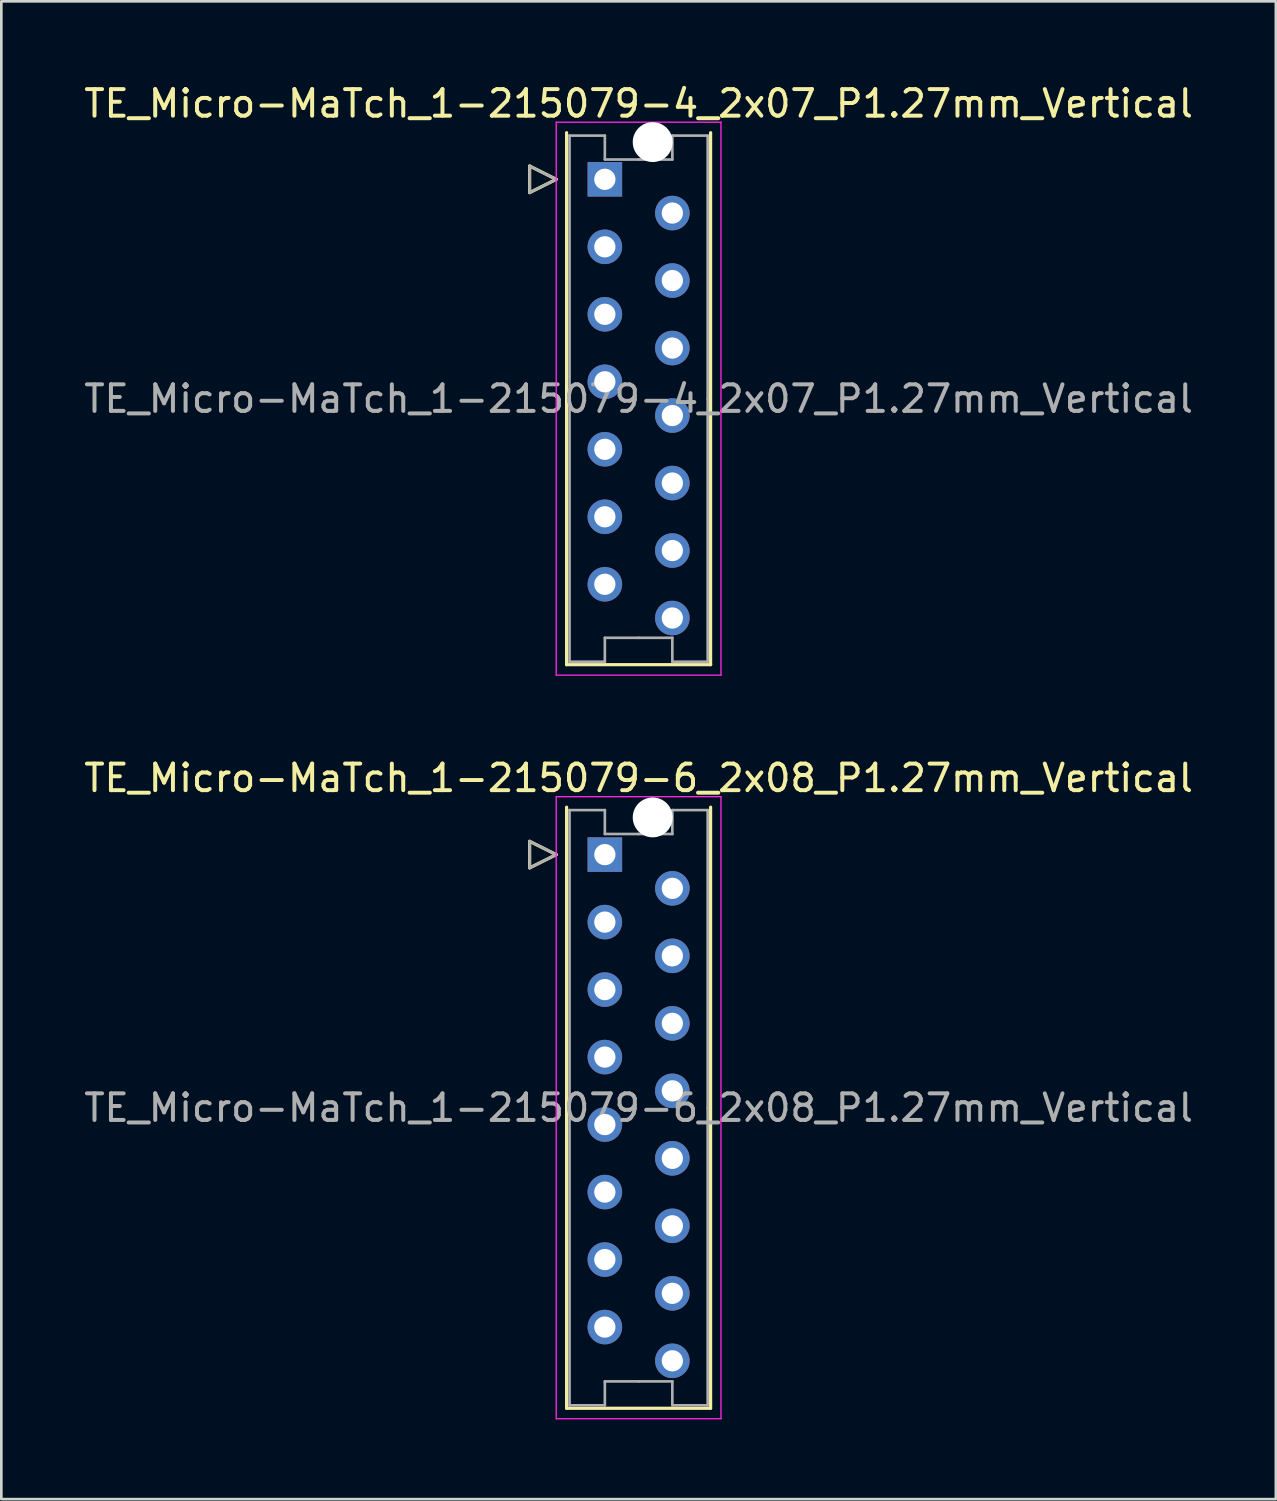
<source format=kicad_pcb>
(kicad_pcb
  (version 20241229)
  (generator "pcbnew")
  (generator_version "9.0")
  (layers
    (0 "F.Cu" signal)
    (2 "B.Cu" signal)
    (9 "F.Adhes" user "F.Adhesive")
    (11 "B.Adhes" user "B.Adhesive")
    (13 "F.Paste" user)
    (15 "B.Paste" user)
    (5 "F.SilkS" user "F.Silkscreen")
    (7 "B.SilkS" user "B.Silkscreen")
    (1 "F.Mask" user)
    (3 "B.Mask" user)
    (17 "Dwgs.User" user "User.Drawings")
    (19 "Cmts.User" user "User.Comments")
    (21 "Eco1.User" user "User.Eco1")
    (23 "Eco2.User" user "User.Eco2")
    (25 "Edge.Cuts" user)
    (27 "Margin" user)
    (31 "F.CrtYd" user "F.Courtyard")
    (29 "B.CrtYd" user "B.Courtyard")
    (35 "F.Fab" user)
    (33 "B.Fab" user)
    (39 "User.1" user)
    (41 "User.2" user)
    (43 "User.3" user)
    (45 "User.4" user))
  (footprint "TE_Micro-MaTch_1-215079-6_2x08_P1.27mm_Vertical"
    (layer "F.Cu")
    (at 19.712 29.111)
    (property "Reference" "TE_Micro-MaTch_1-215079-6_2x08_P1.27mm_Vertical" (at 1.27 -2.88 0) (layer "F.SilkS") (effects (font (size 1 1) (thickness 0.15))))
    (attr through_hole)
    (fp_line (start -2.83 -0.5) (end -1.83 0) (stroke (width 0.12) (type solid)) (layer "F.SilkS"))
    (fp_line (start -2.83 0.5) (end -2.83 -0.5) (stroke (width 0.12) (type solid)) (layer "F.SilkS"))
    (fp_line (start -1.83 0) (end -2.83 0.5) (stroke (width 0.12) (type solid)) (layer "F.SilkS"))
    (fp_line (start -1.44 -1.785) (end -1.44 20.835) (stroke (width 0.12) (type solid)) (layer "F.SilkS"))
    (fp_line (start -1.44 20.835) (end 3.98 20.835) (stroke (width 0.12) (type solid)) (layer "F.SilkS"))
    (fp_line (start 3.98 20.835) (end 3.98 -1.785) (stroke (width 0.12) (type solid)) (layer "F.SilkS"))
    (fp_line (start -1.83 -2.18) (end -1.83 21.23) (stroke (width 0.05) (type solid)) (layer "F.CrtYd"))
    (fp_line (start -1.83 21.23) (end 4.37 21.23) (stroke (width 0.05) (type solid)) (layer "F.CrtYd"))
    (fp_line (start 4.37 -2.18) (end -1.83 -2.18) (stroke (width 0.05) (type solid)) (layer "F.CrtYd"))
    (fp_line (start 4.37 21.23) (end 4.37 -2.18) (stroke (width 0.05) (type solid)) (layer "F.CrtYd"))
    (fp_line (start -2.83 -0.5) (end -1.83 0) (stroke (width 0.1) (type solid)) (layer "F.Fab"))
    (fp_line (start -2.83 0.5) (end -2.83 -0.5) (stroke (width 0.1) (type solid)) (layer "F.Fab"))
    (fp_line (start -1.83 0) (end -2.83 0.5) (stroke (width 0.1) (type solid)) (layer "F.Fab"))
    (fp_line (start -1.33 -1.675) (end -1.33 9.525) (stroke (width 0.1) (type solid)) (layer "F.Fab"))
    (fp_line (start -1.33 20.725) (end -1.33 9.525) (stroke (width 0.1) (type solid)) (layer "F.Fab"))
    (fp_line (start 0 -1.675) (end -1.33 -1.675) (stroke (width 0.1) (type solid)) (layer "F.Fab"))
    (fp_line (start 0 -0.775) (end 0 -1.675) (stroke (width 0.1) (type solid)) (layer "F.Fab"))
    (fp_line (start 0 19.825) (end 0 20.725) (stroke (width 0.1) (type solid)) (layer "F.Fab"))
    (fp_line (start 0 20.725) (end -1.33 20.725) (stroke (width 0.1) (type solid)) (layer "F.Fab"))
    (fp_line (start 1.27 -0.775) (end 0 -0.775) (stroke (width 0.1) (type solid)) (layer "F.Fab"))
    (fp_line (start 1.27 -0.775) (end 2.54 -0.775) (stroke (width 0.1) (type solid)) (layer "F.Fab"))
    (fp_line (start 1.27 19.825) (end 0 19.825) (stroke (width 0.1) (type solid)) (layer "F.Fab"))
    (fp_line (start 1.27 19.825) (end 2.54 19.825) (stroke (width 0.1) (type solid)) (layer "F.Fab"))
    (fp_line (start 2.54 -1.675) (end 3.87 -1.675) (stroke (width 0.1) (type solid)) (layer "F.Fab"))
    (fp_line (start 2.54 -0.775) (end 2.54 -1.675) (stroke (width 0.1) (type solid)) (layer "F.Fab"))
    (fp_line (start 2.54 19.825) (end 2.54 20.725) (stroke (width 0.1) (type solid)) (layer "F.Fab"))
    (fp_line (start 2.54 20.725) (end 3.87 20.725) (stroke (width 0.1) (type solid)) (layer "F.Fab"))
    (fp_line (start 3.87 -1.675) (end 3.87 9.525) (stroke (width 0.1) (type solid)) (layer "F.Fab"))
    (fp_line (start 3.87 20.725) (end 3.87 9.525) (stroke (width 0.1) (type solid)) (layer "F.Fab"))
    (fp_text user "${REFERENCE}" (at 1.27 9.53 0) (layer "F.Fab") (effects (font (size 1 1) (thickness 0.15))))
    (pad "" np_thru_hole circle (at 1.8 -1.4) (size 1.5 1.5) (drill 1.5) (layers "*.Cu" "*.Mask"))
    (pad "1" thru_hole rect (at 0 0) (size 1.3 1.3) (drill 0.8) (layers "*.Cu" "*.Mask"))
    (pad "2" thru_hole circle (at 2.54 1.27) (size 1.3 1.3) (drill 0.8) (layers "*.Cu" "*.Mask"))
    (pad "3" thru_hole circle (at 0 2.54) (size 1.3 1.3) (drill 0.8) (layers "*.Cu" "*.Mask"))
    (pad "4" thru_hole circle (at 2.54 3.81) (size 1.3 1.3) (drill 0.8) (layers "*.Cu" "*.Mask"))
    (pad "5" thru_hole circle (at 0 5.08) (size 1.3 1.3) (drill 0.8) (layers "*.Cu" "*.Mask"))
    (pad "6" thru_hole circle (at 2.54 6.35) (size 1.3 1.3) (drill 0.8) (layers "*.Cu" "*.Mask"))
    (pad "7" thru_hole circle (at 0 7.62) (size 1.3 1.3) (drill 0.8) (layers "*.Cu" "*.Mask"))
    (pad "8" thru_hole circle (at 2.54 8.89) (size 1.3 1.3) (drill 0.8) (layers "*.Cu" "*.Mask"))
    (pad "9" thru_hole circle (at 0 10.16) (size 1.3 1.3) (drill 0.8) (layers "*.Cu" "*.Mask"))
    (pad "10" thru_hole circle (at 2.54 11.43) (size 1.3 1.3) (drill 0.8) (layers "*.Cu" "*.Mask"))
    (pad "11" thru_hole circle (at 0 12.7) (size 1.3 1.3) (drill 0.8) (layers "*.Cu" "*.Mask"))
    (pad "12" thru_hole circle (at 2.54 13.97) (size 1.3 1.3) (drill 0.8) (layers "*.Cu" "*.Mask"))
    (pad "13" thru_hole circle (at 0 15.24) (size 1.3 1.3) (drill 0.8) (layers "*.Cu" "*.Mask"))
    (pad "14" thru_hole circle (at 2.54 16.51) (size 1.3 1.3) (drill 0.8) (layers "*.Cu" "*.Mask"))
    (pad "15" thru_hole circle (at 0 17.78) (size 1.3 1.3) (drill 0.8) (layers "*.Cu" "*.Mask"))
    (pad "16" thru_hole circle (at 2.54 19.05) (size 1.3 1.3) (drill 0.8) (layers "*.Cu" "*.Mask")))
  (footprint "TE_Micro-MaTch_1-215079-4_2x07_P1.27mm_Vertical"
    (layer "F.Cu")
    (at 19.712 3.698)
    (property "Reference" "TE_Micro-MaTch_1-215079-4_2x07_P1.27mm_Vertical" (at 1.27 -2.85 0) (layer "F.SilkS") (effects (font (size 1 1) (thickness 0.15))))
    (attr through_hole)
    (fp_line (start -2.83 -0.5) (end -1.83 0) (stroke (width 0.12) (type solid)) (layer "F.SilkS"))
    (fp_line (start -2.83 0.5) (end -2.83 -0.5) (stroke (width 0.12) (type solid)) (layer "F.SilkS"))
    (fp_line (start -1.83 0) (end -2.83 0.5) (stroke (width 0.12) (type solid)) (layer "F.SilkS"))
    (fp_line (start -1.44 -1.755) (end -1.44 18.265) (stroke (width 0.12) (type solid)) (layer "F.SilkS"))
    (fp_line (start -1.44 18.265) (end 3.98 18.265) (stroke (width 0.12) (type solid)) (layer "F.SilkS"))
    (fp_line (start 3.98 18.265) (end 3.98 -1.755) (stroke (width 0.12) (type solid)) (layer "F.SilkS"))
    (fp_line (start -1.83 -2.15) (end -1.83 18.66) (stroke (width 0.05) (type solid)) (layer "F.CrtYd"))
    (fp_line (start -1.83 18.66) (end 4.37 18.66) (stroke (width 0.05) (type solid)) (layer "F.CrtYd"))
    (fp_line (start 4.37 -2.15) (end -1.83 -2.15) (stroke (width 0.05) (type solid)) (layer "F.CrtYd"))
    (fp_line (start 4.37 18.66) (end 4.37 -2.15) (stroke (width 0.05) (type solid)) (layer "F.CrtYd"))
    (fp_line (start -2.83 -0.5) (end -1.83 0) (stroke (width 0.1) (type solid)) (layer "F.Fab"))
    (fp_line (start -2.83 0.5) (end -2.83 -0.5) (stroke (width 0.1) (type solid)) (layer "F.Fab"))
    (fp_line (start -1.83 0) (end -2.83 0.5) (stroke (width 0.1) (type solid)) (layer "F.Fab"))
    (fp_line (start -1.33 -1.645) (end -1.33 8.255) (stroke (width 0.1) (type solid)) (layer "F.Fab"))
    (fp_line (start -1.33 18.155) (end -1.33 8.255) (stroke (width 0.1) (type solid)) (layer "F.Fab"))
    (fp_line (start 0 -1.645) (end -1.33 -1.645) (stroke (width 0.1) (type solid)) (layer "F.Fab"))
    (fp_line (start 0 -0.745) (end 0 -1.645) (stroke (width 0.1) (type solid)) (layer "F.Fab"))
    (fp_line (start 0 17.255) (end 0 18.155) (stroke (width 0.1) (type solid)) (layer "F.Fab"))
    (fp_line (start 0 18.155) (end -1.33 18.155) (stroke (width 0.1) (type solid)) (layer "F.Fab"))
    (fp_line (start 1.27 -0.745) (end 0 -0.745) (stroke (width 0.1) (type solid)) (layer "F.Fab"))
    (fp_line (start 1.27 -0.745) (end 2.54 -0.745) (stroke (width 0.1) (type solid)) (layer "F.Fab"))
    (fp_line (start 1.27 17.255) (end 0 17.255) (stroke (width 0.1) (type solid)) (layer "F.Fab"))
    (fp_line (start 1.27 17.255) (end 2.54 17.255) (stroke (width 0.1) (type solid)) (layer "F.Fab"))
    (fp_line (start 2.54 -1.645) (end 3.87 -1.645) (stroke (width 0.1) (type solid)) (layer "F.Fab"))
    (fp_line (start 2.54 -0.745) (end 2.54 -1.645) (stroke (width 0.1) (type solid)) (layer "F.Fab"))
    (fp_line (start 2.54 17.255) (end 2.54 18.155) (stroke (width 0.1) (type solid)) (layer "F.Fab"))
    (fp_line (start 2.54 18.155) (end 3.87 18.155) (stroke (width 0.1) (type solid)) (layer "F.Fab"))
    (fp_line (start 3.87 -1.645) (end 3.87 8.255) (stroke (width 0.1) (type solid)) (layer "F.Fab"))
    (fp_line (start 3.87 18.155) (end 3.87 8.255) (stroke (width 0.1) (type solid)) (layer "F.Fab"))
    (fp_text user "${REFERENCE}" (at 1.27 8.26 0) (layer "F.Fab") (effects (font (size 1 1) (thickness 0.15))))
    (pad "" np_thru_hole circle (at 1.8 -1.4) (size 1.5 1.5) (drill 1.5) (layers "*.Cu" "*.Mask"))
    (pad "1" thru_hole rect (at 0 0) (size 1.3 1.3) (drill 0.8) (layers "*.Cu" "*.Mask"))
    (pad "2" thru_hole circle (at 2.54 1.27) (size 1.3 1.3) (drill 0.8) (layers "*.Cu" "*.Mask"))
    (pad "3" thru_hole circle (at 0 2.54) (size 1.3 1.3) (drill 0.8) (layers "*.Cu" "*.Mask"))
    (pad "4" thru_hole circle (at 2.54 3.81) (size 1.3 1.3) (drill 0.8) (layers "*.Cu" "*.Mask"))
    (pad "5" thru_hole circle (at 0 5.08) (size 1.3 1.3) (drill 0.8) (layers "*.Cu" "*.Mask"))
    (pad "6" thru_hole circle (at 2.54 6.35) (size 1.3 1.3) (drill 0.8) (layers "*.Cu" "*.Mask"))
    (pad "7" thru_hole circle (at 0 7.62) (size 1.3 1.3) (drill 0.8) (layers "*.Cu" "*.Mask"))
    (pad "8" thru_hole circle (at 2.54 8.89) (size 1.3 1.3) (drill 0.8) (layers "*.Cu" "*.Mask"))
    (pad "9" thru_hole circle (at 0 10.16) (size 1.3 1.3) (drill 0.8) (layers "*.Cu" "*.Mask"))
    (pad "10" thru_hole circle (at 2.54 11.43) (size 1.3 1.3) (drill 0.8) (layers "*.Cu" "*.Mask"))
    (pad "11" thru_hole circle (at 0 12.7) (size 1.3 1.3) (drill 0.8) (layers "*.Cu" "*.Mask"))
    (pad "12" thru_hole circle (at 2.54 13.97) (size 1.3 1.3) (drill 0.8) (layers "*.Cu" "*.Mask"))
    (pad "13" thru_hole circle (at 0 15.24) (size 1.3 1.3) (drill 0.8) (layers "*.Cu" "*.Mask"))
    (pad "14" thru_hole circle (at 2.54 16.51) (size 1.3 1.3) (drill 0.8) (layers "*.Cu" "*.Mask")))
  (gr_rect
    (start -3 -3)
    (end 44.964 53.367)
    (stroke (width 0.1) (type default))
    (fill no)
    (layer "Edge.Cuts")))
</source>
